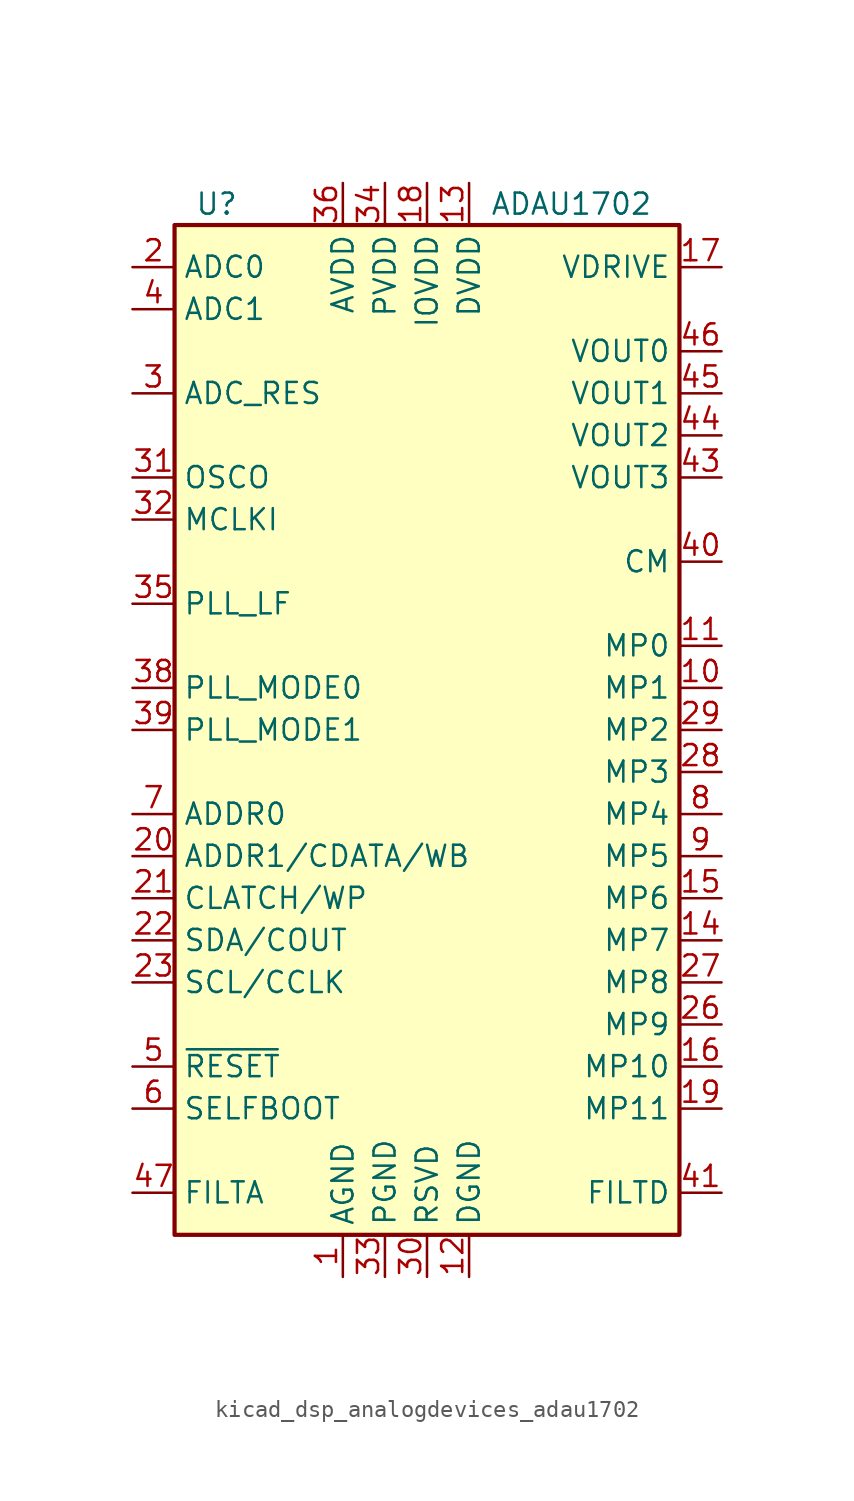
<source format=kicad_sym>
(kicad_symbol_lib
  (version 20220914)
  (generator kicad_symbol_editor)
  (symbol "kicad_dsp_analogdevices_adau1702"
    (property "Reference" "U"
      (at -12.7 31.75 0)
      (effects (font (size 1.27 1.27))))
    (property "Value" "ADAU1702"
      (at 3.81 31.75 0)
      (effects (font (size 1.27 1.27)) (justify left)))
    (symbol "kicad_dsp_analogdevices_adau1702_0_1"
      (rectangle (start -15.24 30.48) (end 15.24 -30.48) (stroke (width 0.254) (type default)) (fill (type background))))
    (symbol "kicad_dsp_analogdevices_adau1702_1_1"
      (pin power_in line (at -5.08 -33.02 90) (length 2.54) (name "AGND" (effects (font (size 1.27 1.27)))) (number "1" (effects (font (size 1.27 1.27)))))
      (pin bidirectional line (at 17.78 2.54 180) (length 2.54) (name "MP1" (effects (font (size 1.27 1.27)))) (number "10" (effects (font (size 1.27 1.27)))))
      (pin bidirectional line (at 17.78 5.08 180) (length 2.54) (name "MP0" (effects (font (size 1.27 1.27)))) (number "11" (effects (font (size 1.27 1.27)))))
      (pin power_in line (at 2.54 -33.02 90) (length 2.54) (name "DGND" (effects (font (size 1.27 1.27)))) (number "12" (effects (font (size 1.27 1.27)))))
      (pin power_in line (at 2.54 33.02 270) (length 2.54) (name "DVDD" (effects (font (size 1.27 1.27)))) (number "13" (effects (font (size 1.27 1.27)))))
      (pin bidirectional line (at 17.78 -12.7 180) (length 2.54) (name "MP7" (effects (font (size 1.27 1.27)))) (number "14" (effects (font (size 1.27 1.27)))))
      (pin bidirectional line (at 17.78 -10.16 180) (length 2.54) (name "MP6" (effects (font (size 1.27 1.27)))) (number "15" (effects (font (size 1.27 1.27)))))
      (pin bidirectional line (at 17.78 -20.32 180) (length 2.54) (name "MP10" (effects (font (size 1.27 1.27)))) (number "16" (effects (font (size 1.27 1.27)))))
      (pin output line (at 17.78 27.94 180) (length 2.54) (name "VDRIVE" (effects (font (size 1.27 1.27)))) (number "17" (effects (font (size 1.27 1.27)))))
      (pin power_in line (at 0 33.02 270) (length 2.54) (name "IOVDD" (effects (font (size 1.27 1.27)))) (number "18" (effects (font (size 1.27 1.27)))))
      (pin bidirectional line (at 17.78 -22.86 180) (length 2.54) (name "MP11" (effects (font (size 1.27 1.27)))) (number "19" (effects (font (size 1.27 1.27)))))
      (pin input line (at -17.78 27.94 0) (length 2.54) (name "ADC0" (effects (font (size 1.27 1.27)))) (number "2" (effects (font (size 1.27 1.27)))))
      (pin input line (at -17.78 -7.62 0) (length 2.54) (name "ADDR1/CDATA/WB" (effects (font (size 1.27 1.27)))) (number "20" (effects (font (size 1.27 1.27)))))
      (pin bidirectional line (at -17.78 -10.16 0) (length 2.54) (name "CLATCH/WP" (effects (font (size 1.27 1.27)))) (number "21" (effects (font (size 1.27 1.27)))))
      (pin bidirectional line (at -17.78 -12.7 0) (length 2.54) (name "SDA/COUT" (effects (font (size 1.27 1.27)))) (number "22" (effects (font (size 1.27 1.27)))))
      (pin bidirectional line (at -17.78 -15.24 0) (length 2.54) (name "SCL/CCLK" (effects (font (size 1.27 1.27)))) (number "23" (effects (font (size 1.27 1.27)))))
      (pin passive line (at 2.54 33.02 270) (length 2.54) hide (name "DVDD" (effects (font (size 1.27 1.27)))) (number "24" (effects (font (size 1.27 1.27)))))
      (pin passive line (at 2.54 -33.02 90) (length 2.54) hide (name "DGND" (effects (font (size 1.27 1.27)))) (number "25" (effects (font (size 1.27 1.27)))))
      (pin bidirectional line (at 17.78 -17.78 180) (length 2.54) (name "MP9" (effects (font (size 1.27 1.27)))) (number "26" (effects (font (size 1.27 1.27)))))
      (pin bidirectional line (at 17.78 -15.24 180) (length 2.54) (name "MP8" (effects (font (size 1.27 1.27)))) (number "27" (effects (font (size 1.27 1.27)))))
      (pin bidirectional line (at 17.78 -2.54 180) (length 2.54) (name "MP3" (effects (font (size 1.27 1.27)))) (number "28" (effects (font (size 1.27 1.27)))))
      (pin bidirectional line (at 17.78 0 180) (length 2.54) (name "MP2" (effects (font (size 1.27 1.27)))) (number "29" (effects (font (size 1.27 1.27)))))
      (pin passive line (at -17.78 20.32 0) (length 2.54) (name "ADC_RES" (effects (font (size 1.27 1.27)))) (number "3" (effects (font (size 1.27 1.27)))))
      (pin passive line (at 0 -33.02 90) (length 2.54) (name "RSVD" (effects (font (size 1.27 1.27)))) (number "30" (effects (font (size 1.27 1.27)))))
      (pin passive line (at -17.78 15.24 0) (length 2.54) (name "OSCO" (effects (font (size 1.27 1.27)))) (number "31" (effects (font (size 1.27 1.27)))))
      (pin passive line (at -17.78 12.7 0) (length 2.54) (name "MCLKI" (effects (font (size 1.27 1.27)))) (number "32" (effects (font (size 1.27 1.27)))))
      (pin power_in line (at -2.54 -33.02 90) (length 2.54) (name "PGND" (effects (font (size 1.27 1.27)))) (number "33" (effects (font (size 1.27 1.27)))))
      (pin power_in line (at -2.54 33.02 270) (length 2.54) (name "PVDD" (effects (font (size 1.27 1.27)))) (number "34" (effects (font (size 1.27 1.27)))))
      (pin passive line (at -17.78 7.62 0) (length 2.54) (name "PLL_LF" (effects (font (size 1.27 1.27)))) (number "35" (effects (font (size 1.27 1.27)))))
      (pin power_in line (at -5.08 33.02 270) (length 2.54) (name "AVDD" (effects (font (size 1.27 1.27)))) (number "36" (effects (font (size 1.27 1.27)))))
      (pin passive line (at -5.08 -33.02 90) (length 2.54) hide (name "AGND" (effects (font (size 1.27 1.27)))) (number "37" (effects (font (size 1.27 1.27)))))
      (pin input line (at -17.78 2.54 0) (length 2.54) (name "PLL_MODE0" (effects (font (size 1.27 1.27)))) (number "38" (effects (font (size 1.27 1.27)))))
      (pin input line (at -17.78 0 0) (length 2.54) (name "PLL_MODE1" (effects (font (size 1.27 1.27)))) (number "39" (effects (font (size 1.27 1.27)))))
      (pin input line (at -17.78 25.4 0) (length 2.54) (name "ADC1" (effects (font (size 1.27 1.27)))) (number "4" (effects (font (size 1.27 1.27)))))
      (pin output line (at 17.78 10.16 180) (length 2.54) (name "CM" (effects (font (size 1.27 1.27)))) (number "40" (effects (font (size 1.27 1.27)))))
      (pin output line (at 17.78 -27.94 180) (length 2.54) (name "FILTD" (effects (font (size 1.27 1.27)))) (number "41" (effects (font (size 1.27 1.27)))))
      (pin passive line (at -5.08 -33.02 90) (length 2.54) hide (name "AGND" (effects (font (size 1.27 1.27)))) (number "42" (effects (font (size 1.27 1.27)))))
      (pin output line (at 17.78 15.24 180) (length 2.54) (name "VOUT3" (effects (font (size 1.27 1.27)))) (number "43" (effects (font (size 1.27 1.27)))))
      (pin output line (at 17.78 17.78 180) (length 2.54) (name "VOUT2" (effects (font (size 1.27 1.27)))) (number "44" (effects (font (size 1.27 1.27)))))
      (pin output line (at 17.78 20.32 180) (length 2.54) (name "VOUT1" (effects (font (size 1.27 1.27)))) (number "45" (effects (font (size 1.27 1.27)))))
      (pin output line (at 17.78 22.86 180) (length 2.54) (name "VOUT0" (effects (font (size 1.27 1.27)))) (number "46" (effects (font (size 1.27 1.27)))))
      (pin output line (at -17.78 -27.94 0) (length 2.54) (name "FILTA" (effects (font (size 1.27 1.27)))) (number "47" (effects (font (size 1.27 1.27)))))
      (pin passive line (at -5.08 33.02 270) (length 2.54) hide (name "AVDD" (effects (font (size 1.27 1.27)))) (number "48" (effects (font (size 1.27 1.27)))))
      (pin input line (at -17.78 -20.32 0) (length 2.54) (name "~{RESET}" (effects (font (size 1.27 1.27)))) (number "5" (effects (font (size 1.27 1.27)))))
      (pin input line (at -17.78 -22.86 0) (length 2.54) (name "SELFBOOT" (effects (font (size 1.27 1.27)))) (number "6" (effects (font (size 1.27 1.27)))))
      (pin input line (at -17.78 -5.08 0) (length 2.54) (name "ADDR0" (effects (font (size 1.27 1.27)))) (number "7" (effects (font (size 1.27 1.27)))))
      (pin bidirectional line (at 17.78 -5.08 180) (length 2.54) (name "MP4" (effects (font (size 1.27 1.27)))) (number "8" (effects (font (size 1.27 1.27)))))
      (pin bidirectional line (at 17.78 -7.62 180) (length 2.54) (name "MP5" (effects (font (size 1.27 1.27)))) (number "9" (effects (font (size 1.27 1.27))))))))
</source>
